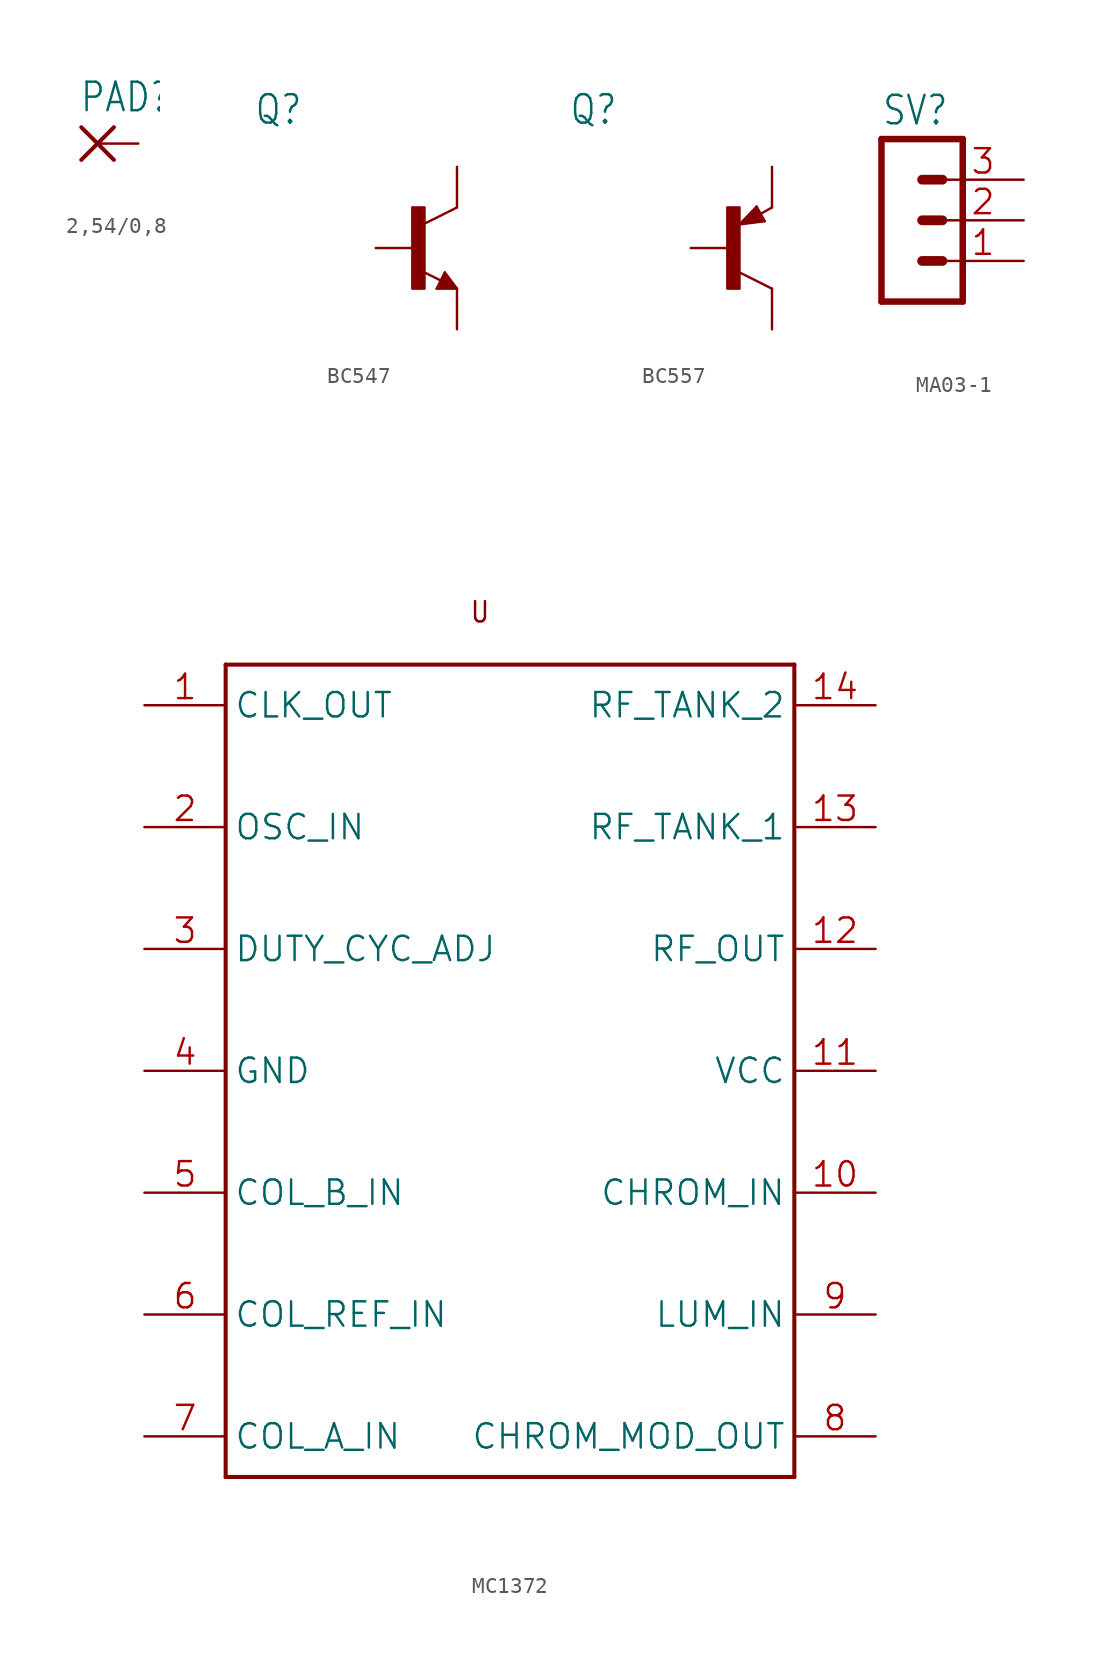
<source format=kicad_sym>
(kicad_symbol_lib
  (version 20241209)
  (generator "kicad_symbol_editor")
  (generator_version "9.0")
  (symbol "2,54/0,8"
    (property "Reference" "PAD"
      (at -1.143 1.854 0)
      (effects (font (size 1.778 1.511)) (justify left bottom)))
    (property "Value" ""
      (at -1.143 -3.302 0)
      (effects (font (size 1.778 1.511)) (justify left bottom)))
    (property "ki_locked" ""
      (at 0 0 0)
      (effects (font (size 1.27 1.27))))
    (symbol "2,54/0,8_1_0"
      (polyline (pts (xy -1.016 1.016) (xy 1.016 -1.016)) (stroke (width 0.254) (type solid)) (fill (type none)))
      (polyline (pts (xy -1.016 -1.016) (xy 1.016 1.016)) (stroke (width 0.254) (type solid)) (fill (type none)))
      (pin passive line (at 2.54 0 180) (length 2.54) (name "P" (effects (font (size 0 0)))) (number "1" (effects (font (size 0 0)))))))
  (symbol "BC547"
    (property "Reference" "Q"
      (at -10.16 7.62 0)
      (effects (font (size 1.778 1.511)) (justify left bottom)))
    (property "Value" ""
      (at -10.16 5.08 0)
      (effects (font (size 1.778 1.511)) (justify left bottom)))
    (property "ki_locked" ""
      (at 0 0 0)
      (effects (font (size 1.27 1.27))))
    (symbol "BC547_1_0"
      (rectangle (start -0.254 -2.54) (end 0.508 2.54) (stroke (width 0) (type default)) (fill (type outline)))
      (polyline (pts (xy 1.27 -2.54) (xy 1.778 -1.524)) (stroke (width 0.152) (type solid)) (fill (type none)))
      (polyline (pts (xy 1.524 -2.286) (xy 1.905 -2.286)) (stroke (width 0.254) (type solid)) (fill (type none)))
      (polyline (pts (xy 1.524 -2.413) (xy 2.286 -2.413)) (stroke (width 0.254) (type solid)) (fill (type none)))
      (polyline (pts (xy 1.54 -2.04) (xy 0.308 -1.424)) (stroke (width 0.152) (type solid)) (fill (type none)))
      (polyline (pts (xy 1.778 -1.524) (xy 2.54 -2.54)) (stroke (width 0.152) (type solid)) (fill (type none)))
      (polyline (pts (xy 1.778 -1.778) (xy 1.524 -2.286)) (stroke (width 0.254) (type solid)) (fill (type none)))
      (polyline (pts (xy 1.905 -2.286) (xy 1.778 -2.032)) (stroke (width 0.254) (type solid)) (fill (type none)))
      (polyline (pts (xy 2.286 -2.413) (xy 1.778 -1.778)) (stroke (width 0.254) (type solid)) (fill (type none)))
      (polyline (pts (xy 2.54 2.54) (xy 0.508 1.524)) (stroke (width 0.152) (type solid)) (fill (type none)))
      (polyline (pts (xy 2.54 -2.54) (xy 1.27 -2.54)) (stroke (width 0.152) (type solid)) (fill (type none)))
      (pin passive line (at -2.54 0 0) (length 2.54) (name "B" (effects (font (size 0 0)))) (number "2" (effects (font (size 0 0)))))
      (pin passive line (at 2.54 5.08 270) (length 2.54) (name "C" (effects (font (size 0 0)))) (number "3" (effects (font (size 0 0)))))
      (pin passive line (at 2.54 -5.08 90) (length 2.54) (name "E" (effects (font (size 0 0)))) (number "1" (effects (font (size 0 0)))))))
  (symbol "BC557"
    (property "Reference" "Q"
      (at -10.16 7.62 0)
      (effects (font (size 1.778 1.511)) (justify left bottom)))
    (property "Value" ""
      (at -10.16 5.08 0)
      (effects (font (size 1.778 1.511)) (justify left bottom)))
    (property "ki_locked" ""
      (at 0 0 0)
      (effects (font (size 1.27 1.27))))
    (symbol "BC557_1_0"
      (rectangle (start -0.254 -2.54) (end 0.508 2.54) (stroke (width 0) (type default)) (fill (type outline)))
      (polyline (pts (xy 0.516 1.478) (xy 2.086 1.678)) (stroke (width 0.152) (type solid)) (fill (type none)))
      (polyline (pts (xy 0.762 1.651) (xy 1.778 1.778)) (stroke (width 0.254) (type solid)) (fill (type none)))
      (polyline (pts (xy 1.143 1.905) (xy 1.524 1.905)) (stroke (width 0.254) (type solid)) (fill (type none)))
      (polyline (pts (xy 1.524 2.413) (xy 0.762 1.651)) (stroke (width 0.254) (type solid)) (fill (type none)))
      (polyline (pts (xy 1.524 2.159) (xy 1.143 1.905)) (stroke (width 0.254) (type solid)) (fill (type none)))
      (polyline (pts (xy 1.578 2.594) (xy 0.516 1.478)) (stroke (width 0.152) (type solid)) (fill (type none)))
      (polyline (pts (xy 1.778 1.778) (xy 1.524 2.159)) (stroke (width 0.254) (type solid)) (fill (type none)))
      (polyline (pts (xy 1.905 1.778) (xy 1.524 2.413)) (stroke (width 0.254) (type solid)) (fill (type none)))
      (polyline (pts (xy 2.086 1.678) (xy 1.578 2.594)) (stroke (width 0.152) (type solid)) (fill (type none)))
      (polyline (pts (xy 2.54 2.54) (xy 1.808 2.124)) (stroke (width 0.152) (type solid)) (fill (type none)))
      (polyline (pts (xy 2.54 -2.54) (xy 0.508 -1.524)) (stroke (width 0.152) (type solid)) (fill (type none)))
      (pin passive line (at -2.54 0 0) (length 2.54) (name "B" (effects (font (size 0 0)))) (number "B" (effects (font (size 0 0)))))
      (pin passive line (at 2.54 5.08 270) (length 2.54) (name "E" (effects (font (size 0 0)))) (number "E" (effects (font (size 0 0)))))
      (pin passive line (at 2.54 -5.08 90) (length 2.54) (name "C" (effects (font (size 0 0)))) (number "C" (effects (font (size 0 0)))))))
  (symbol "MA03-1"
    (property "Reference" "SV"
      (at -1.27 5.842 0)
      (effects (font (size 1.778 1.511)) (justify left bottom)))
    (property "Value" ""
      (at -1.27 -7.62 0)
      (effects (font (size 1.778 1.511)) (justify left bottom)))
    (property "ki_locked" ""
      (at 0 0 0)
      (effects (font (size 1.27 1.27))))
    (symbol "MA03-1_1_0"
      (polyline (pts (xy -1.27 5.08) (xy -1.27 -5.08)) (stroke (width 0.406) (type solid)) (fill (type none)))
      (polyline (pts (xy -1.27 5.08) (xy 3.81 5.08)) (stroke (width 0.406) (type solid)) (fill (type none)))
      (polyline (pts (xy 1.27 2.54) (xy 2.54 2.54)) (stroke (width 0.61) (type solid)) (fill (type none)))
      (polyline (pts (xy 1.27 0) (xy 2.54 0)) (stroke (width 0.61) (type solid)) (fill (type none)))
      (polyline (pts (xy 1.27 -2.54) (xy 2.54 -2.54)) (stroke (width 0.61) (type solid)) (fill (type none)))
      (polyline (pts (xy 3.81 -5.08) (xy -1.27 -5.08)) (stroke (width 0.406) (type solid)) (fill (type none)))
      (polyline (pts (xy 3.81 -5.08) (xy 3.81 5.08)) (stroke (width 0.406) (type solid)) (fill (type none)))
      (pin passive line (at 7.62 2.54 180) (length 5.08) (name "3" (effects (font (size 0 0)))) (number "3" (effects (font (size 1.524 1.524)))))
      (pin passive line (at 7.62 0 180) (length 5.08) (name "2" (effects (font (size 0 0)))) (number "2" (effects (font (size 1.524 1.524)))))
      (pin passive line (at 7.62 -2.54 180) (length 5.08) (name "1" (effects (font (size 0 0)))) (number "1" (effects (font (size 1.524 1.524)))))))
  (symbol "MC1372"
    (property "Reference" "U"
      (at 0 0 0)
      (effects (font (size 1.27 1.27)) (hide yes)))
    (property "Value" ""
      (at 0 0 0)
      (effects (font (size 1.27 1.27)) (hide yes)))
    (property "ki_locked" ""
      (at 0 0 0)
      (effects (font (size 1.27 1.27))))
    (symbol "MC1372_1_0"
      (polyline (pts (xy -20.32 25.4) (xy -20.32 -25.4)) (stroke (width 0.254) (type solid)) (fill (type none)))
      (polyline (pts (xy -20.32 -25.4) (xy 15.24 -25.4)) (stroke (width 0.254) (type solid)) (fill (type none)))
      (polyline (pts (xy 15.24 25.4) (xy -20.32 25.4)) (stroke (width 0.254) (type solid)) (fill (type none)))
      (polyline (pts (xy 15.24 -25.4) (xy 15.24 25.4)) (stroke (width 0.254) (type solid)) (fill (type none)))
      (text "${REFERENCE}\n${VALUE}" (at -5.08 27.94 0) (effects (font (size 1.27 1.079)) (justify left bottom)))
      (pin bidirectional line (at -25.4 22.86 0) (length 5.08) (name "CLK_OUT" (effects (font (size 1.524 1.524)))) (number "1" (effects (font (size 1.524 1.524)))))
      (pin bidirectional line (at -25.4 15.24 0) (length 5.08) (name "OSC_IN" (effects (font (size 1.524 1.524)))) (number "2" (effects (font (size 1.524 1.524)))))
      (pin bidirectional line (at -25.4 7.62 0) (length 5.08) (name "DUTY_CYC_ADJ" (effects (font (size 1.524 1.524)))) (number "3" (effects (font (size 1.524 1.524)))))
      (pin bidirectional line (at -25.4 0 0) (length 5.08) (name "GND" (effects (font (size 1.524 1.524)))) (number "4" (effects (font (size 1.524 1.524)))))
      (pin bidirectional line (at -25.4 -7.62 0) (length 5.08) (name "COL_B_IN" (effects (font (size 1.524 1.524)))) (number "5" (effects (font (size 1.524 1.524)))))
      (pin bidirectional line (at -25.4 -15.24 0) (length 5.08) (name "COL_REF_IN" (effects (font (size 1.524 1.524)))) (number "6" (effects (font (size 1.524 1.524)))))
      (pin bidirectional line (at -25.4 -22.86 0) (length 5.08) (name "COL_A_IN" (effects (font (size 1.524 1.524)))) (number "7" (effects (font (size 1.524 1.524)))))
      (pin bidirectional line (at 20.32 22.86 180) (length 5.08) (name "RF_TANK_2" (effects (font (size 1.524 1.524)))) (number "14" (effects (font (size 1.524 1.524)))))
      (pin bidirectional line (at 20.32 15.24 180) (length 5.08) (name "RF_TANK_1" (effects (font (size 1.524 1.524)))) (number "13" (effects (font (size 1.524 1.524)))))
      (pin bidirectional line (at 20.32 7.62 180) (length 5.08) (name "RF_OUT" (effects (font (size 1.524 1.524)))) (number "12" (effects (font (size 1.524 1.524)))))
      (pin bidirectional line (at 20.32 0 180) (length 5.08) (name "VCC" (effects (font (size 1.524 1.524)))) (number "11" (effects (font (size 1.524 1.524)))))
      (pin bidirectional line (at 20.32 -7.62 180) (length 5.08) (name "CHROM_IN" (effects (font (size 1.524 1.524)))) (number "10" (effects (font (size 1.524 1.524)))))
      (pin bidirectional line (at 20.32 -15.24 180) (length 5.08) (name "LUM_IN" (effects (font (size 1.524 1.524)))) (number "9" (effects (font (size 1.524 1.524)))))
      (pin bidirectional line (at 20.32 -22.86 180) (length 5.08) (name "CHROM_MOD_OUT" (effects (font (size 1.524 1.524)))) (number "8" (effects (font (size 1.524 1.524))))))))
</source>
